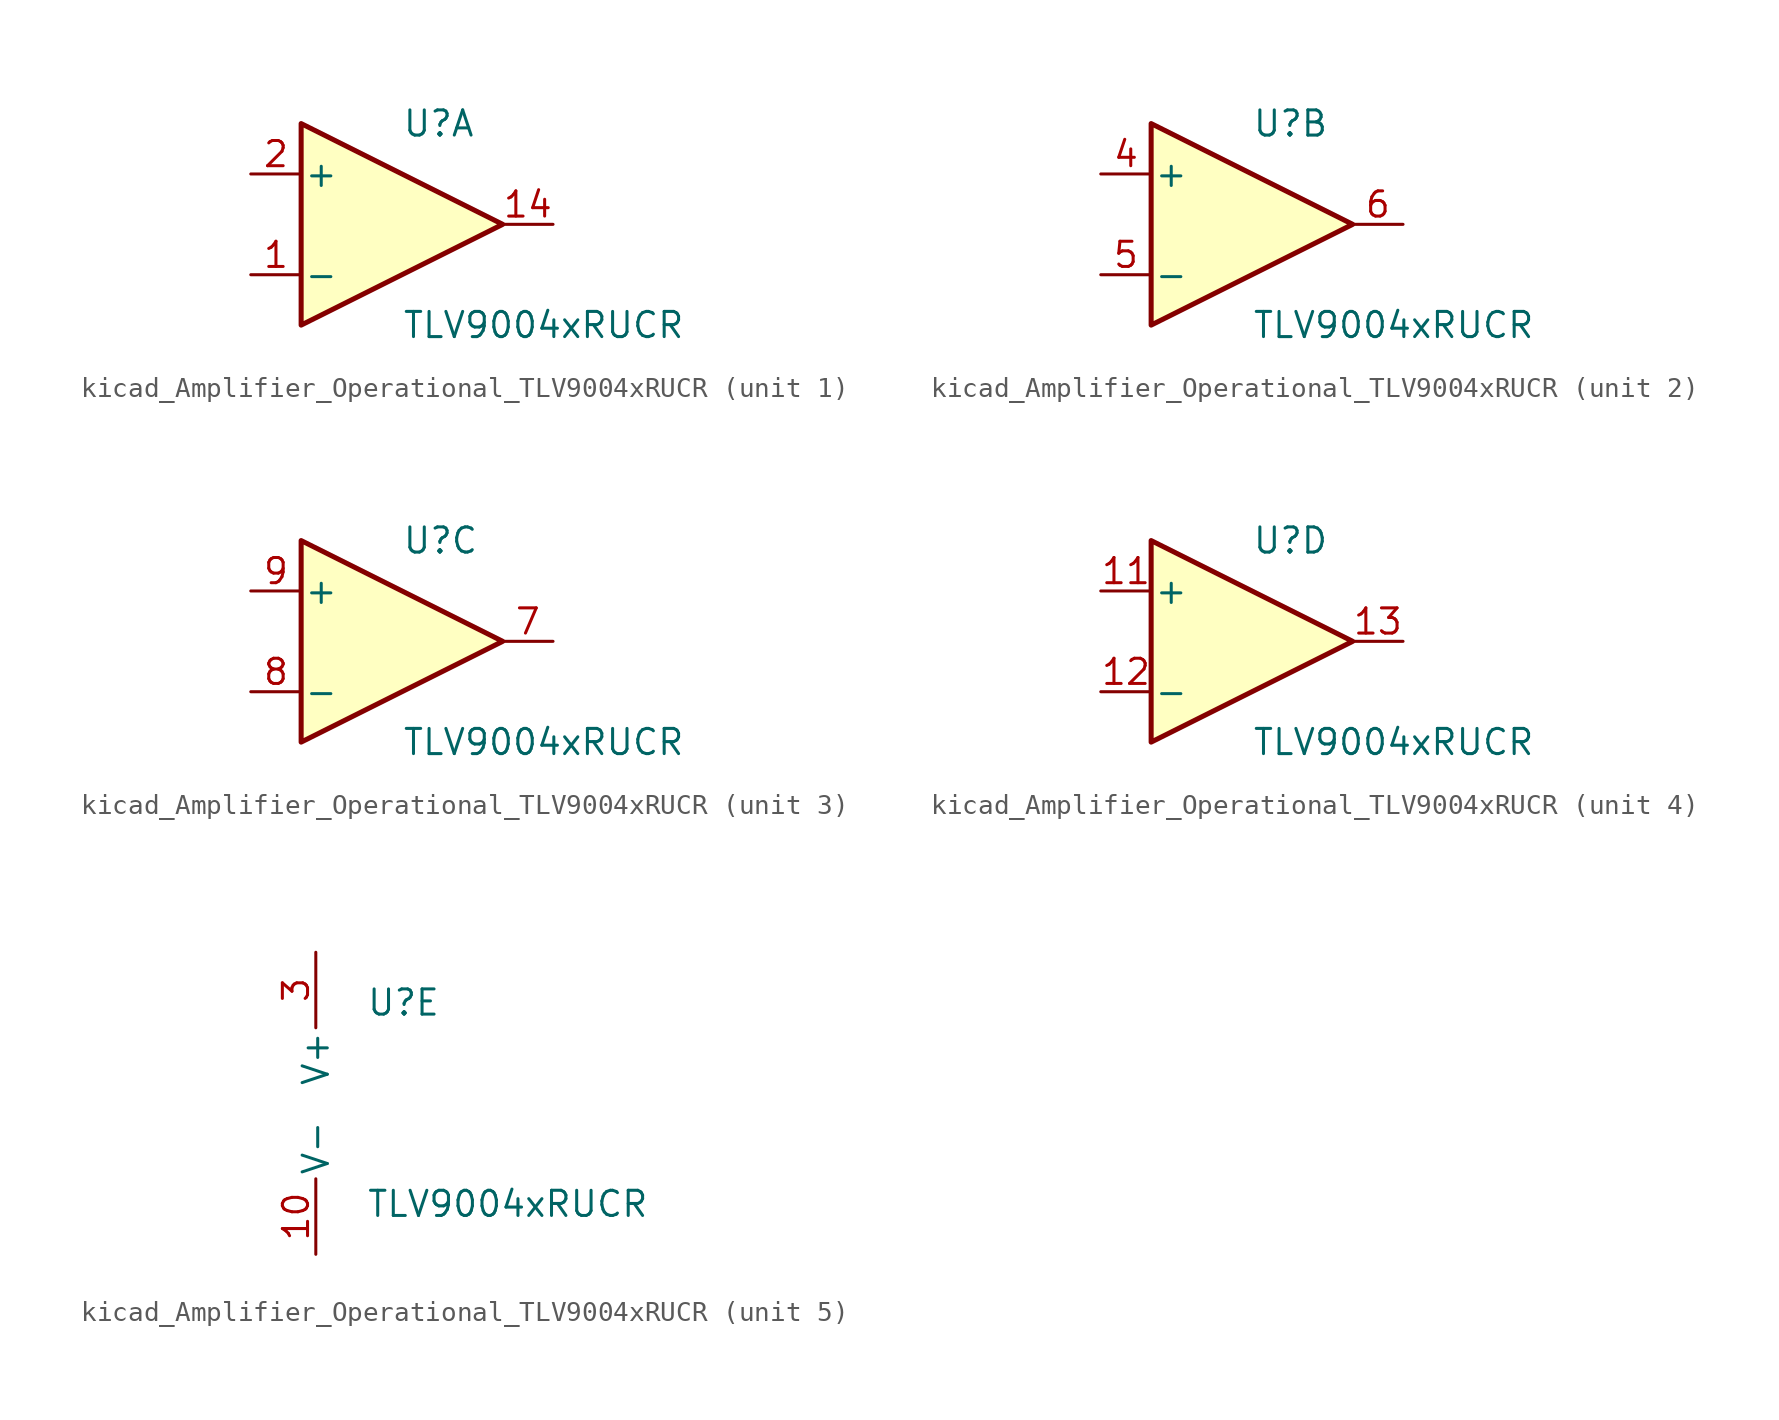
<source format=kicad_sym>
(kicad_symbol_lib
  (version 20220914)
  (generator kicad_symbol_editor)
  (symbol "kicad_Amplifier_Operational_TLV9004xRUCR"
    (pin_names
      (offset 0.127))
    (property "Reference" "U"
      (at 0 5.08 0)
      (effects (font (size 1.27 1.27)) (justify left)))
    (property "Value" "TLV9004xRUCR"
      (at 0 -5.08 0)
      (effects (font (size 1.27 1.27)) (justify left)))
    (property "ki_locked" ""
      (at 0 0 0)
      (effects (font (size 1.27 1.27))))
    (symbol "kicad_Amplifier_Operational_TLV9004xRUCR_1_1"
      (polyline (pts (xy -5.08 5.08) (xy 5.08 0) (xy -5.08 -5.08) (xy -5.08 5.08)) (stroke (width 0.254) (type default)) (fill (type background)))
      (pin input line (at -7.62 -2.54 0) (length 2.54) (name "-" (effects (font (size 1.27 1.27)))) (number "1" (effects (font (size 1.27 1.27)))))
      (pin output line (at 7.62 0 180) (length 2.54) (name "~" (effects (font (size 1.27 1.27)))) (number "14" (effects (font (size 1.27 1.27)))))
      (pin input line (at -7.62 2.54 0) (length 2.54) (name "+" (effects (font (size 1.27 1.27)))) (number "2" (effects (font (size 1.27 1.27))))))
    (symbol "kicad_Amplifier_Operational_TLV9004xRUCR_2_1"
      (polyline (pts (xy -5.08 5.08) (xy 5.08 0) (xy -5.08 -5.08) (xy -5.08 5.08)) (stroke (width 0.254) (type default)) (fill (type background)))
      (pin input line (at -7.62 2.54 0) (length 2.54) (name "+" (effects (font (size 1.27 1.27)))) (number "4" (effects (font (size 1.27 1.27)))))
      (pin input line (at -7.62 -2.54 0) (length 2.54) (name "-" (effects (font (size 1.27 1.27)))) (number "5" (effects (font (size 1.27 1.27)))))
      (pin output line (at 7.62 0 180) (length 2.54) (name "~" (effects (font (size 1.27 1.27)))) (number "6" (effects (font (size 1.27 1.27))))))
    (symbol "kicad_Amplifier_Operational_TLV9004xRUCR_3_1"
      (polyline (pts (xy -5.08 5.08) (xy 5.08 0) (xy -5.08 -5.08) (xy -5.08 5.08)) (stroke (width 0.254) (type default)) (fill (type background)))
      (pin output line (at 7.62 0 180) (length 2.54) (name "~" (effects (font (size 1.27 1.27)))) (number "7" (effects (font (size 1.27 1.27)))))
      (pin input line (at -7.62 -2.54 0) (length 2.54) (name "-" (effects (font (size 1.27 1.27)))) (number "8" (effects (font (size 1.27 1.27)))))
      (pin input line (at -7.62 2.54 0) (length 2.54) (name "+" (effects (font (size 1.27 1.27)))) (number "9" (effects (font (size 1.27 1.27))))))
    (symbol "kicad_Amplifier_Operational_TLV9004xRUCR_4_1"
      (polyline (pts (xy -5.08 5.08) (xy 5.08 0) (xy -5.08 -5.08) (xy -5.08 5.08)) (stroke (width 0.254) (type default)) (fill (type background)))
      (pin input line (at -7.62 2.54 0) (length 2.54) (name "+" (effects (font (size 1.27 1.27)))) (number "11" (effects (font (size 1.27 1.27)))))
      (pin input line (at -7.62 -2.54 0) (length 2.54) (name "-" (effects (font (size 1.27 1.27)))) (number "12" (effects (font (size 1.27 1.27)))))
      (pin output line (at 7.62 0 180) (length 2.54) (name "~" (effects (font (size 1.27 1.27)))) (number "13" (effects (font (size 1.27 1.27))))))
    (symbol "kicad_Amplifier_Operational_TLV9004xRUCR_5_1"
      (pin power_in line (at -2.54 -7.62 90) (length 3.81) (name "V-" (effects (font (size 1.27 1.27)))) (number "10" (effects (font (size 1.27 1.27)))))
      (pin power_in line (at -2.54 7.62 270) (length 3.81) (name "V+" (effects (font (size 1.27 1.27)))) (number "3" (effects (font (size 1.27 1.27))))))))
</source>
